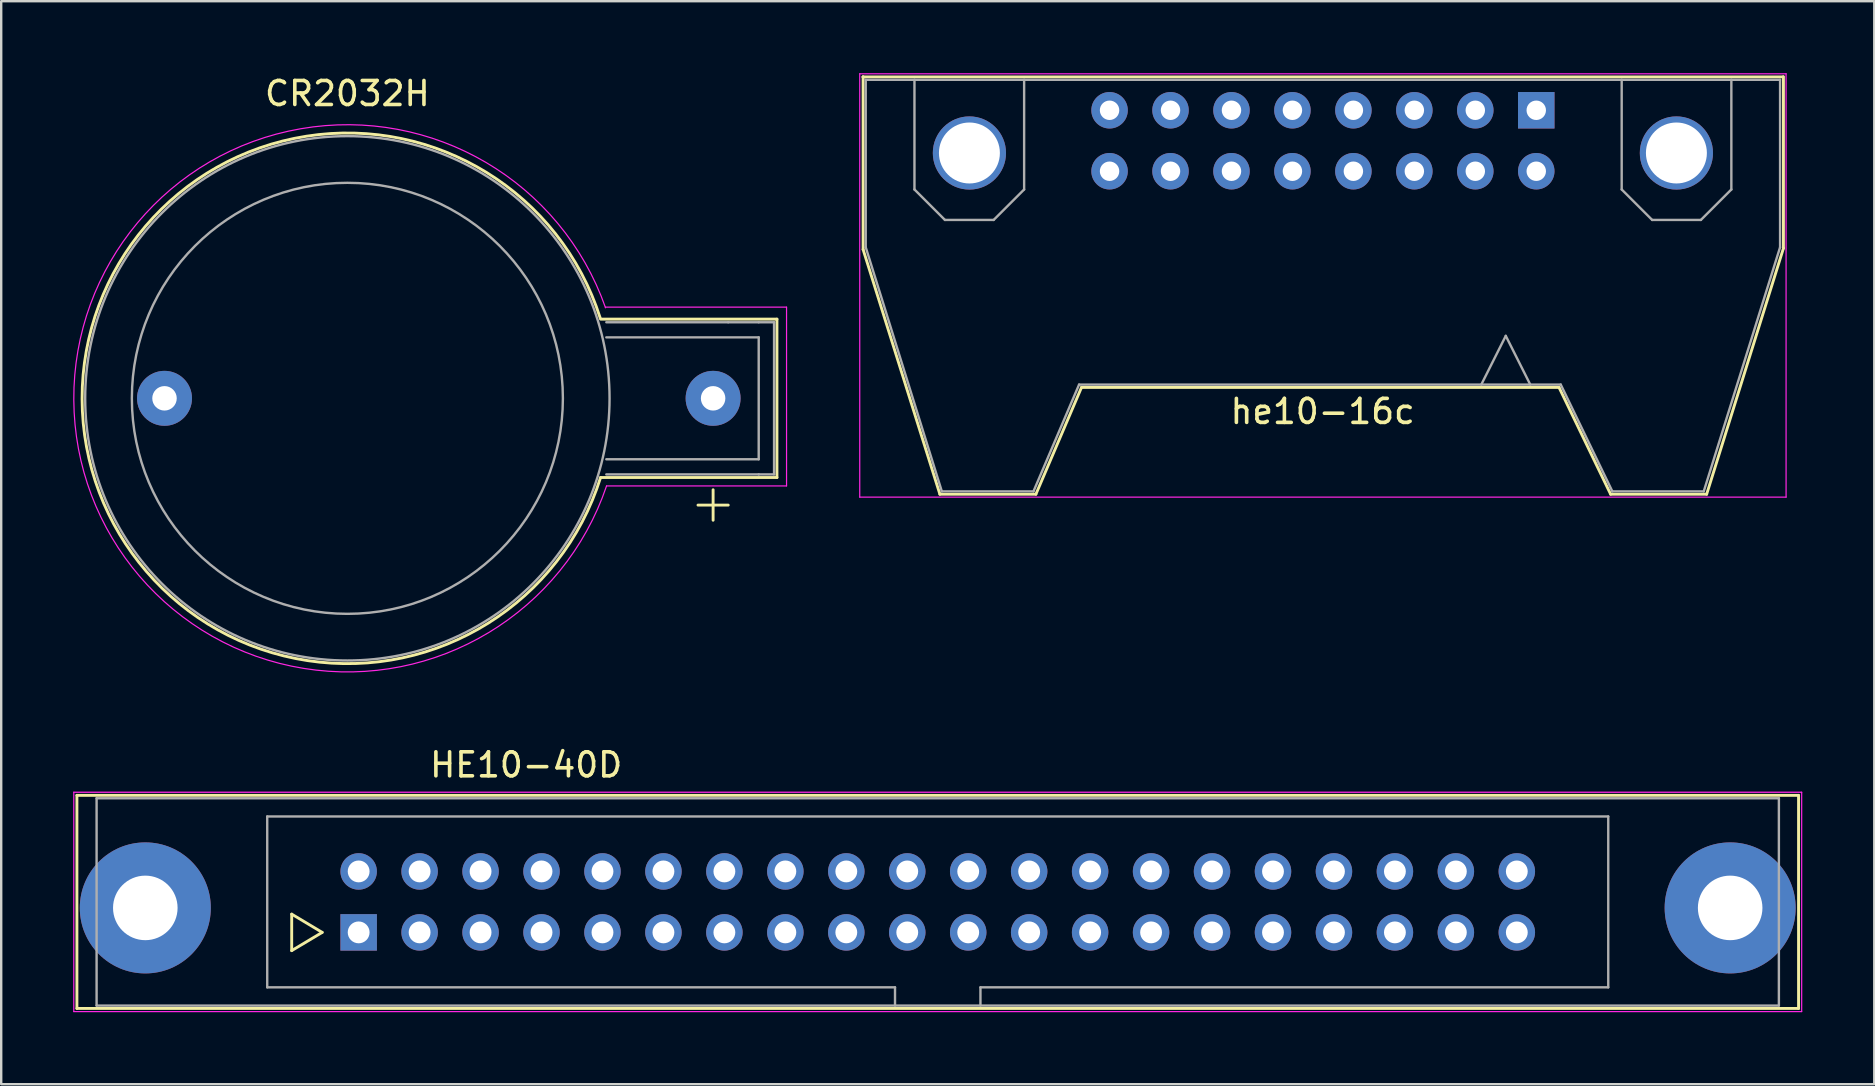
<source format=kicad_pcb>
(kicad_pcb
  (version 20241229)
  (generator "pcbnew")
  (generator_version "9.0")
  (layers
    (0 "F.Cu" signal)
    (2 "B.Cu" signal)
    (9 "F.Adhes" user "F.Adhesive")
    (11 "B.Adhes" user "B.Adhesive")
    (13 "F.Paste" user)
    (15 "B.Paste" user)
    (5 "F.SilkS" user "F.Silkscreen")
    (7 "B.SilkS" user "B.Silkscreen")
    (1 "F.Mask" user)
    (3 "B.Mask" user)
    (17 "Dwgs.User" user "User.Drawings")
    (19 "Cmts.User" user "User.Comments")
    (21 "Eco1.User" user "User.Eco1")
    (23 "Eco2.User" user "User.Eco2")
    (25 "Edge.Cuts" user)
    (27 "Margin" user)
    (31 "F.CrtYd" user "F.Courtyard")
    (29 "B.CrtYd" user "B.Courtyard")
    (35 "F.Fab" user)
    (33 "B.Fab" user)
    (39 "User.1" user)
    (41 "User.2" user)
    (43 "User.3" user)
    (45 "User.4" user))
  (footprint "HE10-40D"
    (layer "F.Cu")
    (at 11.895 35.802)
    (property "Reference" "HE10-40D" (at 6.98 -6.98 0) (layer "F.SilkS") (effects (font (size 1 1) (thickness 0.15))))
    (attr through_hole)
    (fp_line (start -11.74 -5.71) (end -11.74 3.17) (stroke (width 0.12) (type solid)) (layer "F.SilkS"))
    (fp_line (start -11.74 -5.71) (end 60 -5.71) (stroke (width 0.12) (type solid)) (layer "F.SilkS"))
    (fp_line (start -2.79 -0.76) (end -2.79 0.76) (stroke (width 0.12) (type solid)) (layer "F.SilkS"))
    (fp_line (start -2.79 0.76) (end -1.52 0) (stroke (width 0.12) (type solid)) (layer "F.SilkS"))
    (fp_line (start -1.52 0) (end -2.79 -0.76) (stroke (width 0.12) (type solid)) (layer "F.SilkS"))
    (fp_line (start 60 3.17) (end -11.74 3.17) (stroke (width 0.12) (type solid)) (layer "F.SilkS"))
    (fp_line (start 60 3.17) (end 60 -5.71) (stroke (width 0.12) (type solid)) (layer "F.SilkS"))
    (fp_line (start -11.87 -5.84) (end -11.87 3.3) (stroke (width 0.05) (type solid)) (layer "F.CrtYd"))
    (fp_line (start -11.87 -5.84) (end 60.13 -5.84) (stroke (width 0.05) (type solid)) (layer "F.CrtYd"))
    (fp_line (start 60.13 3.3) (end -11.87 3.3) (stroke (width 0.05) (type solid)) (layer "F.CrtYd"))
    (fp_line (start 60.13 3.3) (end 60.13 -5.84) (stroke (width 0.05) (type solid)) (layer "F.CrtYd"))
    (fp_line (start -10.92 -5.59) (end -10.92 3.05) (stroke (width 0.1) (type solid)) (layer "F.Fab"))
    (fp_line (start -10.92 3.05) (end 59.18 3.05) (stroke (width 0.1) (type solid)) (layer "F.Fab"))
    (fp_line (start -3.81 -4.83) (end 52.07 -4.83) (stroke (width 0.1) (type solid)) (layer "F.Fab"))
    (fp_line (start -3.81 2.29) (end -3.81 -4.83) (stroke (width 0.1) (type solid)) (layer "F.Fab"))
    (fp_line (start 22.35 2.29) (end -3.81 2.29) (stroke (width 0.1) (type solid)) (layer "F.Fab"))
    (fp_line (start 22.35 3.05) (end 22.35 2.29) (stroke (width 0.1) (type solid)) (layer "F.Fab"))
    (fp_line (start 25.91 2.29) (end 25.91 3.05) (stroke (width 0.1) (type solid)) (layer "F.Fab"))
    (fp_line (start 52.07 -4.83) (end 52.07 2.29) (stroke (width 0.1) (type solid)) (layer "F.Fab"))
    (fp_line (start 52.07 2.29) (end 25.91 2.29) (stroke (width 0.1) (type solid)) (layer "F.Fab"))
    (fp_line (start 59.18 -5.59) (end -10.92 -5.59) (stroke (width 0.1) (type solid)) (layer "F.Fab"))
    (fp_line (start 59.18 3.05) (end 59.18 -5.59) (stroke (width 0.1) (type solid)) (layer "F.Fab"))
    (pad "" thru_hole circle (at -8.89 -1.02) (size 5.46 5.46) (drill 2.69) (layers "*.Cu" "*.Mask"))
    (pad "" thru_hole circle (at 57.15 -1.02) (size 5.46 5.46) (drill 2.69) (layers "*.Cu" "*.Mask"))
    (pad "1" thru_hole rect (at 0 0) (size 1.52 1.52) (drill 0.91) (layers "*.Cu" "*.Mask"))
    (pad "2" thru_hole circle (at 0 -2.54) (size 1.52 1.52) (drill 0.91) (layers "*.Cu" "*.Mask"))
    (pad "3" thru_hole circle (at 2.54 0) (size 1.52 1.52) (drill 0.91) (layers "*.Cu" "*.Mask"))
    (pad "4" thru_hole circle (at 2.54 -2.54) (size 1.52 1.52) (drill 0.91) (layers "*.Cu" "*.Mask"))
    (pad "5" thru_hole circle (at 5.08 0) (size 1.52 1.52) (drill 0.91) (layers "*.Cu" "*.Mask"))
    (pad "6" thru_hole circle (at 5.08 -2.54) (size 1.52 1.52) (drill 0.91) (layers "*.Cu" "*.Mask"))
    (pad "7" thru_hole circle (at 7.62 0) (size 1.52 1.52) (drill 0.91) (layers "*.Cu" "*.Mask"))
    (pad "8" thru_hole circle (at 7.62 -2.54) (size 1.52 1.52) (drill 0.91) (layers "*.Cu" "*.Mask"))
    (pad "9" thru_hole circle (at 10.16 0) (size 1.52 1.52) (drill 0.91) (layers "*.Cu" "*.Mask"))
    (pad "10" thru_hole circle (at 10.16 -2.54) (size 1.52 1.52) (drill 0.91) (layers "*.Cu" "*.Mask"))
    (pad "11" thru_hole circle (at 12.7 0) (size 1.52 1.52) (drill 0.91) (layers "*.Cu" "*.Mask"))
    (pad "12" thru_hole circle (at 12.7 -2.54) (size 1.52 1.52) (drill 0.91) (layers "*.Cu" "*.Mask"))
    (pad "13" thru_hole circle (at 15.24 0) (size 1.52 1.52) (drill 0.91) (layers "*.Cu" "*.Mask"))
    (pad "14" thru_hole circle (at 15.24 -2.54) (size 1.52 1.52) (drill 0.91) (layers "*.Cu" "*.Mask"))
    (pad "15" thru_hole circle (at 17.78 0) (size 1.52 1.52) (drill 0.91) (layers "*.Cu" "*.Mask"))
    (pad "16" thru_hole circle (at 17.78 -2.54) (size 1.52 1.52) (drill 0.91) (layers "*.Cu" "*.Mask"))
    (pad "17" thru_hole circle (at 20.32 0) (size 1.52 1.52) (drill 0.91) (layers "*.Cu" "*.Mask"))
    (pad "18" thru_hole circle (at 20.32 -2.54) (size 1.52 1.52) (drill 0.91) (layers "*.Cu" "*.Mask"))
    (pad "19" thru_hole circle (at 22.86 0) (size 1.52 1.52) (drill 0.91) (layers "*.Cu" "*.Mask"))
    (pad "20" thru_hole circle (at 22.86 -2.54) (size 1.52 1.52) (drill 0.91) (layers "*.Cu" "*.Mask"))
    (pad "21" thru_hole circle (at 25.4 0) (size 1.52 1.52) (drill 0.91) (layers "*.Cu" "*.Mask"))
    (pad "22" thru_hole circle (at 25.4 -2.54) (size 1.52 1.52) (drill 0.91) (layers "*.Cu" "*.Mask"))
    (pad "23" thru_hole circle (at 27.94 0) (size 1.52 1.52) (drill 0.91) (layers "*.Cu" "*.Mask"))
    (pad "24" thru_hole circle (at 27.94 -2.54) (size 1.52 1.52) (drill 0.91) (layers "*.Cu" "*.Mask"))
    (pad "25" thru_hole circle (at 30.48 0) (size 1.52 1.52) (drill 0.91) (layers "*.Cu" "*.Mask"))
    (pad "26" thru_hole circle (at 30.48 -2.54) (size 1.52 1.52) (drill 0.91) (layers "*.Cu" "*.Mask"))
    (pad "27" thru_hole circle (at 33.02 0) (size 1.52 1.52) (drill 0.91) (layers "*.Cu" "*.Mask"))
    (pad "28" thru_hole circle (at 33.02 -2.54) (size 1.52 1.52) (drill 0.91) (layers "*.Cu" "*.Mask"))
    (pad "29" thru_hole circle (at 35.56 0) (size 1.52 1.52) (drill 0.91) (layers "*.Cu" "*.Mask"))
    (pad "30" thru_hole circle (at 35.56 -2.54) (size 1.52 1.52) (drill 0.91) (layers "*.Cu" "*.Mask"))
    (pad "31" thru_hole circle (at 38.1 0) (size 1.52 1.52) (drill 0.91) (layers "*.Cu" "*.Mask"))
    (pad "32" thru_hole circle (at 38.1 -2.54) (size 1.52 1.52) (drill 0.91) (layers "*.Cu" "*.Mask"))
    (pad "33" thru_hole circle (at 40.64 0) (size 1.52 1.52) (drill 0.91) (layers "*.Cu" "*.Mask"))
    (pad "34" thru_hole circle (at 40.64 -2.54) (size 1.52 1.52) (drill 0.91) (layers "*.Cu" "*.Mask"))
    (pad "35" thru_hole circle (at 43.18 0) (size 1.52 1.52) (drill 0.91) (layers "*.Cu" "*.Mask"))
    (pad "36" thru_hole circle (at 43.18 -2.54) (size 1.52 1.52) (drill 0.91) (layers "*.Cu" "*.Mask"))
    (pad "37" thru_hole circle (at 45.72 0) (size 1.52 1.52) (drill 0.91) (layers "*.Cu" "*.Mask"))
    (pad "38" thru_hole circle (at 45.72 -2.54) (size 1.52 1.52) (drill 0.91) (layers "*.Cu" "*.Mask"))
    (pad "39" thru_hole circle (at 48.26 0) (size 1.52 1.52) (drill 0.91) (layers "*.Cu" "*.Mask"))
    (pad "40" thru_hole circle (at 48.26 -2.54) (size 1.52 1.52) (drill 0.91) (layers "*.Cu" "*.Mask")))
  (footprint "he10-16c"
    (layer "F.Cu")
    (at 60.965 1.545)
    (property "Reference" "he10-16c" (at -8.9 12.55 0) (layer "F.SilkS") (effects (font (size 1 1) (thickness 0.15))))
    (attr through_hole)
    (fp_line (start -28.06 -1.39) (end 10.28 -1.39) (stroke (width 0.12) (type solid)) (layer "F.SilkS"))
    (fp_line (start -28.05 5.8) (end -28.05 -1.4) (stroke (width 0.12) (type solid)) (layer "F.SilkS"))
    (fp_line (start -24.85 16) (end -28.05 5.8) (stroke (width 0.12) (type solid)) (layer "F.SilkS"))
    (fp_line (start -20.85 16) (end -24.85 16) (stroke (width 0.12) (type solid)) (layer "F.SilkS"))
    (fp_line (start -18.95 11.55) (end -20.85 16) (stroke (width 0.12) (type solid)) (layer "F.SilkS"))
    (fp_line (start 0.95 11.55) (end -18.95 11.55) (stroke (width 0.12) (type solid)) (layer "F.SilkS"))
    (fp_line (start 3.1 16) (end 0.95 11.55) (stroke (width 0.12) (type solid)) (layer "F.SilkS"))
    (fp_line (start 7.1 16) (end 3.1 16) (stroke (width 0.12) (type solid)) (layer "F.SilkS"))
    (fp_line (start 10.3 -1.4) (end 10.3 5.75) (stroke (width 0.12) (type solid)) (layer "F.SilkS"))
    (fp_line (start 10.3 5.75) (end 7.1 16) (stroke (width 0.12) (type solid)) (layer "F.SilkS"))
    (fp_line (start -28.19 -1.52) (end -28.19 16.12) (stroke (width 0.05) (type solid)) (layer "F.CrtYd"))
    (fp_line (start -28.19 -1.52) (end 10.41 -1.52) (stroke (width 0.05) (type solid)) (layer "F.CrtYd"))
    (fp_line (start 10.41 16.12) (end -28.19 16.12) (stroke (width 0.05) (type solid)) (layer "F.CrtYd"))
    (fp_line (start 10.41 16.12) (end 10.41 -1.52) (stroke (width 0.05) (type solid)) (layer "F.CrtYd"))
    (fp_line (start -27.94 -1.27) (end -27.94 5.71) (stroke (width 0.1) (type solid)) (layer "F.Fab"))
    (fp_line (start -27.94 -1.27) (end 10.16 -1.27) (stroke (width 0.1) (type solid)) (layer "F.Fab"))
    (fp_line (start -27.94 5.71) (end -24.77 15.88) (stroke (width 0.1) (type solid)) (layer "F.Fab"))
    (fp_line (start -25.91 3.3) (end -25.91 -1.27) (stroke (width 0.1) (type solid)) (layer "F.Fab"))
    (fp_line (start -24.77 15.88) (end -20.95 15.88) (stroke (width 0.1) (type solid)) (layer "F.Fab"))
    (fp_line (start -24.64 4.57) (end -25.91 3.3) (stroke (width 0.1) (type solid)) (layer "F.Fab"))
    (fp_line (start -22.61 4.57) (end -24.64 4.57) (stroke (width 0.1) (type solid)) (layer "F.Fab"))
    (fp_line (start -21.34 -1.27) (end -21.34 3.3) (stroke (width 0.1) (type solid)) (layer "F.Fab"))
    (fp_line (start -21.34 3.3) (end -22.61 4.57) (stroke (width 0.1) (type solid)) (layer "F.Fab"))
    (fp_line (start -20.95 15.88) (end -19.05 11.43) (stroke (width 0.1) (type solid)) (layer "F.Fab"))
    (fp_line (start -19.05 11.43) (end 1.02 11.43) (stroke (width 0.1) (type solid)) (layer "F.Fab"))
    (fp_line (start -1.27 9.4) (end -2.29 11.43) (stroke (width 0.1) (type solid)) (layer "F.Fab"))
    (fp_line (start -0.25 11.43) (end -1.27 9.4) (stroke (width 0.1) (type solid)) (layer "F.Fab"))
    (fp_line (start 3.17 15.88) (end 1.02 11.43) (stroke (width 0.1) (type solid)) (layer "F.Fab"))
    (fp_line (start 3.56 3.3) (end 3.56 -1.27) (stroke (width 0.1) (type solid)) (layer "F.Fab"))
    (fp_line (start 4.83 4.57) (end 3.56 3.3) (stroke (width 0.1) (type solid)) (layer "F.Fab"))
    (fp_line (start 6.86 4.57) (end 4.83 4.57) (stroke (width 0.1) (type solid)) (layer "F.Fab"))
    (fp_line (start 6.98 15.88) (end 3.17 15.88) (stroke (width 0.1) (type solid)) (layer "F.Fab"))
    (fp_line (start 8.13 -1.27) (end 8.13 3.3) (stroke (width 0.1) (type solid)) (layer "F.Fab"))
    (fp_line (start 8.13 3.3) (end 6.86 4.57) (stroke (width 0.1) (type solid)) (layer "F.Fab"))
    (fp_line (start 10.16 -1.27) (end 10.16 5.71) (stroke (width 0.1) (type solid)) (layer "F.Fab"))
    (fp_line (start 10.16 5.71) (end 6.98 15.88) (stroke (width 0.1) (type solid)) (layer "F.Fab"))
    (pad "0" thru_hole circle (at -23.62 1.78) (size 3.05 3.05) (drill 2.54) (layers "*.Cu" "*.Mask"))
    (pad "0" thru_hole circle (at 5.84 1.78) (size 3.05 3.05) (drill 2.54) (layers "*.Cu" "*.Mask"))
    (pad "1" thru_hole rect (at 0 0) (size 1.52 1.52) (drill 0.81) (layers "*.Cu" "*.Mask"))
    (pad "2" thru_hole circle (at 0 2.54) (size 1.52 1.52) (drill 0.81) (layers "*.Cu" "*.Mask"))
    (pad "3" thru_hole circle (at -2.54 0) (size 1.52 1.52) (drill 0.81) (layers "*.Cu" "*.Mask"))
    (pad "4" thru_hole circle (at -2.54 2.54) (size 1.52 1.52) (drill 0.81) (layers "*.Cu" "*.Mask"))
    (pad "5" thru_hole circle (at -5.08 0) (size 1.52 1.52) (drill 0.81) (layers "*.Cu" "*.Mask"))
    (pad "6" thru_hole circle (at -5.08 2.54) (size 1.52 1.52) (drill 0.81) (layers "*.Cu" "*.Mask"))
    (pad "7" thru_hole circle (at -7.62 0) (size 1.52 1.52) (drill 0.81) (layers "*.Cu" "*.Mask"))
    (pad "8" thru_hole circle (at -7.62 2.54) (size 1.52 1.52) (drill 0.81) (layers "*.Cu" "*.Mask"))
    (pad "9" thru_hole circle (at -10.16 0) (size 1.52 1.52) (drill 0.81) (layers "*.Cu" "*.Mask"))
    (pad "10" thru_hole circle (at -10.16 2.54) (size 1.52 1.52) (drill 0.81) (layers "*.Cu" "*.Mask"))
    (pad "11" thru_hole circle (at -12.7 0) (size 1.52 1.52) (drill 0.81) (layers "*.Cu" "*.Mask"))
    (pad "12" thru_hole circle (at -12.7 2.54) (size 1.52 1.52) (drill 0.81) (layers "*.Cu" "*.Mask"))
    (pad "13" thru_hole circle (at -15.24 0) (size 1.52 1.52) (drill 0.81) (layers "*.Cu" "*.Mask"))
    (pad "14" thru_hole circle (at -15.24 2.54) (size 1.52 1.52) (drill 0.81) (layers "*.Cu" "*.Mask"))
    (pad "15" thru_hole circle (at -17.78 0) (size 1.52 1.52) (drill 0.81) (layers "*.Cu" "*.Mask"))
    (pad "16" thru_hole circle (at -17.78 2.54) (size 1.52 1.52) (drill 0.81) (layers "*.Cu" "*.Mask")))
  (footprint "CR2032H"
    (layer "F.Cu")
    (at 26.665 13.548)
    (property "Reference" "CR2032H" (at -15.24 -12.7 0) (layer "F.SilkS") (effects (font (size 1 1) (thickness 0.15))))
    (attr through_hole)
    (fp_line (start -4.69 -3.3) (end 2.66 -3.3) (stroke (width 0.12) (type solid)) (layer "F.SilkS"))
    (fp_line (start -0.63 4.45) (end 0.63 4.45) (stroke (width 0.12) (type solid)) (layer "F.SilkS"))
    (fp_line (start 0 3.81) (end 0 5.08) (stroke (width 0.12) (type solid)) (layer "F.SilkS"))
    (fp_line (start 2.66 -3.3) (end 2.66 3.3) (stroke (width 0.12) (type solid)) (layer "F.SilkS"))
    (fp_line (start 2.66 3.3) (end -4.69 3.3) (stroke (width 0.12) (type solid)) (layer "F.SilkS"))
    (fp_arc (start -4.69 3.3) (mid -26.294043 0.02518) (end -4.705144 -3.34803) (stroke (width 0.12) (type solid)) (layer "F.SilkS"))
    (fp_line (start -4.49 -3.8) (end 3.06 -3.8) (stroke (width 0.05) (type solid)) (layer "F.CrtYd"))
    (fp_line (start 3.06 -3.8) (end 3.06 3.65) (stroke (width 0.05) (type solid)) (layer "F.CrtYd"))
    (fp_line (start 3.06 3.65) (end -4.44 3.65) (stroke (width 0.05) (type solid)) (layer "F.CrtYd"))
    (fp_arc (start -4.44 3.65) (mid -26.639924 0.064993) (end -4.482319 -3.772905) (stroke (width 0.05) (type solid)) (layer "F.CrtYd"))
    (fp_line (start -4.45 -3.17) (end 0.63 -3.17) (stroke (width 0.1) (type solid)) (layer "F.Fab"))
    (fp_line (start -4.45 -2.54) (end 1.9 -2.54) (stroke (width 0.1) (type solid)) (layer "F.Fab"))
    (fp_line (start 0.63 -3.17) (end 1.9 -3.17) (stroke (width 0.1) (type solid)) (layer "F.Fab"))
    (fp_line (start 1.9 -3.17) (end 2.54 -3.17) (stroke (width 0.1) (type solid)) (layer "F.Fab"))
    (fp_line (start 1.9 -2.54) (end 1.9 2.54) (stroke (width 0.1) (type solid)) (layer "F.Fab"))
    (fp_line (start 1.9 2.54) (end -4.45 2.54) (stroke (width 0.1) (type solid)) (layer "F.Fab"))
    (fp_line (start 1.9 3.17) (end -4.45 3.17) (stroke (width 0.1) (type solid)) (layer "F.Fab"))
    (fp_line (start 2.54 -3.17) (end 2.54 3.17) (stroke (width 0.1) (type solid)) (layer "F.Fab"))
    (fp_line (start 2.54 3.17) (end 1.9 3.17) (stroke (width 0.1) (type solid)) (layer "F.Fab"))
    (fp_circle (center -15.24 0) (end -16.51 -8.89) (stroke (width 0.1) (type solid)) (fill no) (layer "F.Fab"))
    (fp_circle (center -15.24 0) (end -8.89 8.89) (stroke (width 0.1) (type solid)) (fill no) (layer "F.Fab"))
    (pad "1" thru_hole circle (at 0 0) (size 2.29 2.29) (drill 1.02) (layers "*.Cu" "*.Mask"))
    (pad "2" thru_hole circle (at -22.86 0) (size 2.29 2.29) (drill 1.02) (layers "*.Cu" "*.Mask")))
  (gr_rect
    (start -3 -3)
    (end 75.05 42.127)
    (stroke (width 0.1) (type default))
    (fill no)
    (layer "Edge.Cuts")))
</source>
